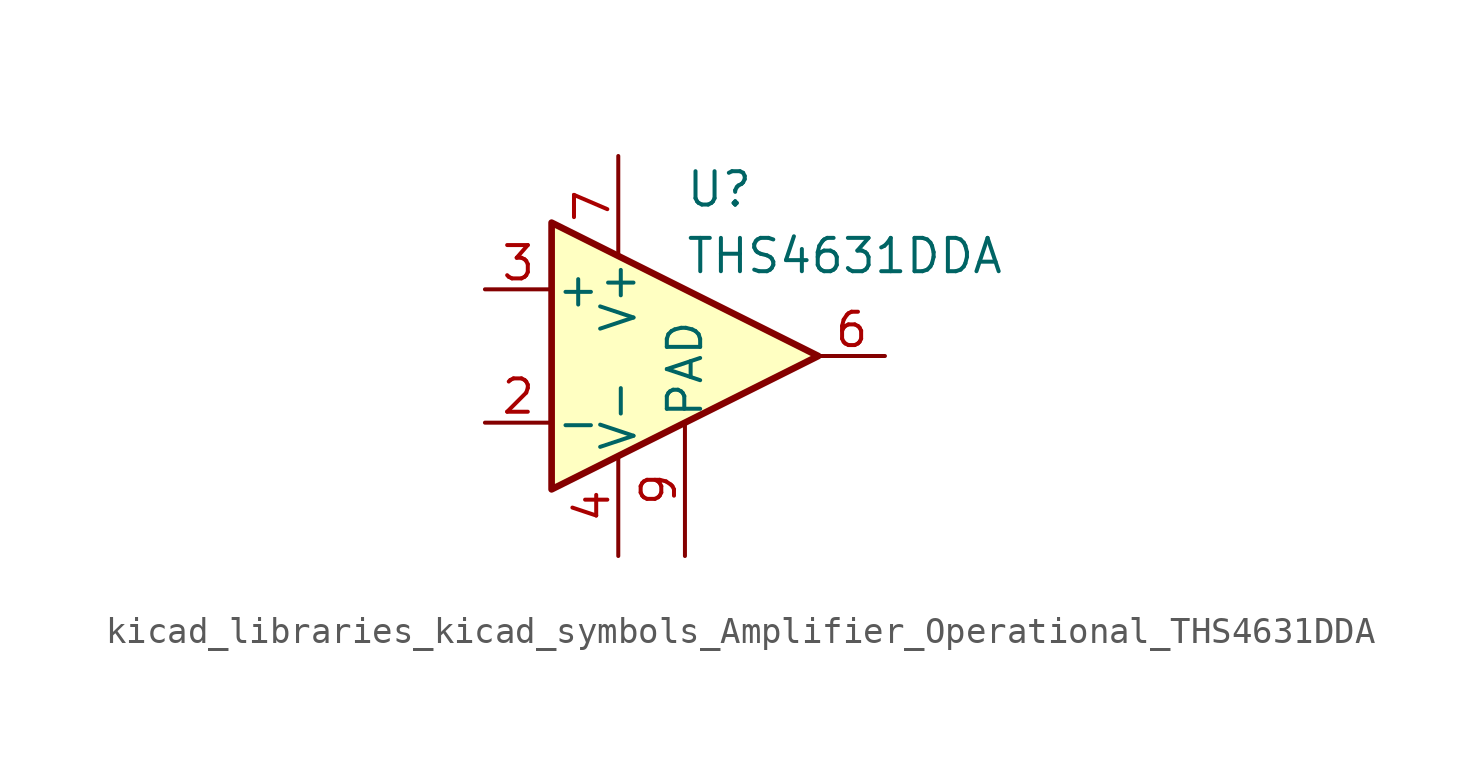
<source format=kicad_sym>
(kicad_symbol_lib
  (version 20220914)
  (generator kicad_symbol_editor)
  (symbol "kicad_libraries_kicad_symbols_Amplifier_Operational_THS4631DDA"
    (pin_names
      (offset 0.127))
    (property "Reference" "U"
      (at 0 6.35 0)
      (effects (font (size 1.27 1.27)) (justify left)))
    (property "Value" "THS4631DDA"
      (at 0 3.81 0)
      (effects (font (size 1.27 1.27)) (justify left)))
    (symbol "kicad_libraries_kicad_symbols_Amplifier_Operational_THS4631DDA_0_1"
      (polyline (pts (xy -5.08 5.08) (xy 5.08 0) (xy -5.08 -5.08) (xy -5.08 5.08)) (stroke (width 0.254) (type default)) (fill (type background))))
    (symbol "kicad_libraries_kicad_symbols_Amplifier_Operational_THS4631DDA_1_1"
      (pin no_connect line (at -2.54 2.54 270) (length 2.54) hide (name "NC" (effects (font (size 1.27 1.27)))) (number "1" (effects (font (size 1.27 1.27)))))
      (pin input line (at -7.62 -2.54 0) (length 2.54) (name "-" (effects (font (size 1.27 1.27)))) (number "2" (effects (font (size 1.27 1.27)))))
      (pin input line (at -7.62 2.54 0) (length 2.54) (name "+" (effects (font (size 1.27 1.27)))) (number "3" (effects (font (size 1.27 1.27)))))
      (pin power_in line (at -2.54 -7.62 90) (length 3.81) (name "V-" (effects (font (size 1.27 1.27)))) (number "4" (effects (font (size 1.27 1.27)))))
      (pin no_connect line (at 0 2.54 270) (length 2.54) hide (name "NC" (effects (font (size 1.27 1.27)))) (number "5" (effects (font (size 1.27 1.27)))))
      (pin output line (at 7.62 0 180) (length 2.54) (name "~" (effects (font (size 1.27 1.27)))) (number "6" (effects (font (size 1.27 1.27)))))
      (pin power_in line (at -2.54 7.62 270) (length 3.81) (name "V+" (effects (font (size 1.27 1.27)))) (number "7" (effects (font (size 1.27 1.27)))))
      (pin no_connect line (at 0 -2.54 90) (length 2.54) hide (name "NC" (effects (font (size 1.27 1.27)))) (number "8" (effects (font (size 1.27 1.27)))))
      (pin passive line (at 0 -7.62 90) (length 5.08) (name "PAD" (effects (font (size 1.27 1.27)))) (number "9" (effects (font (size 1.27 1.27))))))))
</source>
